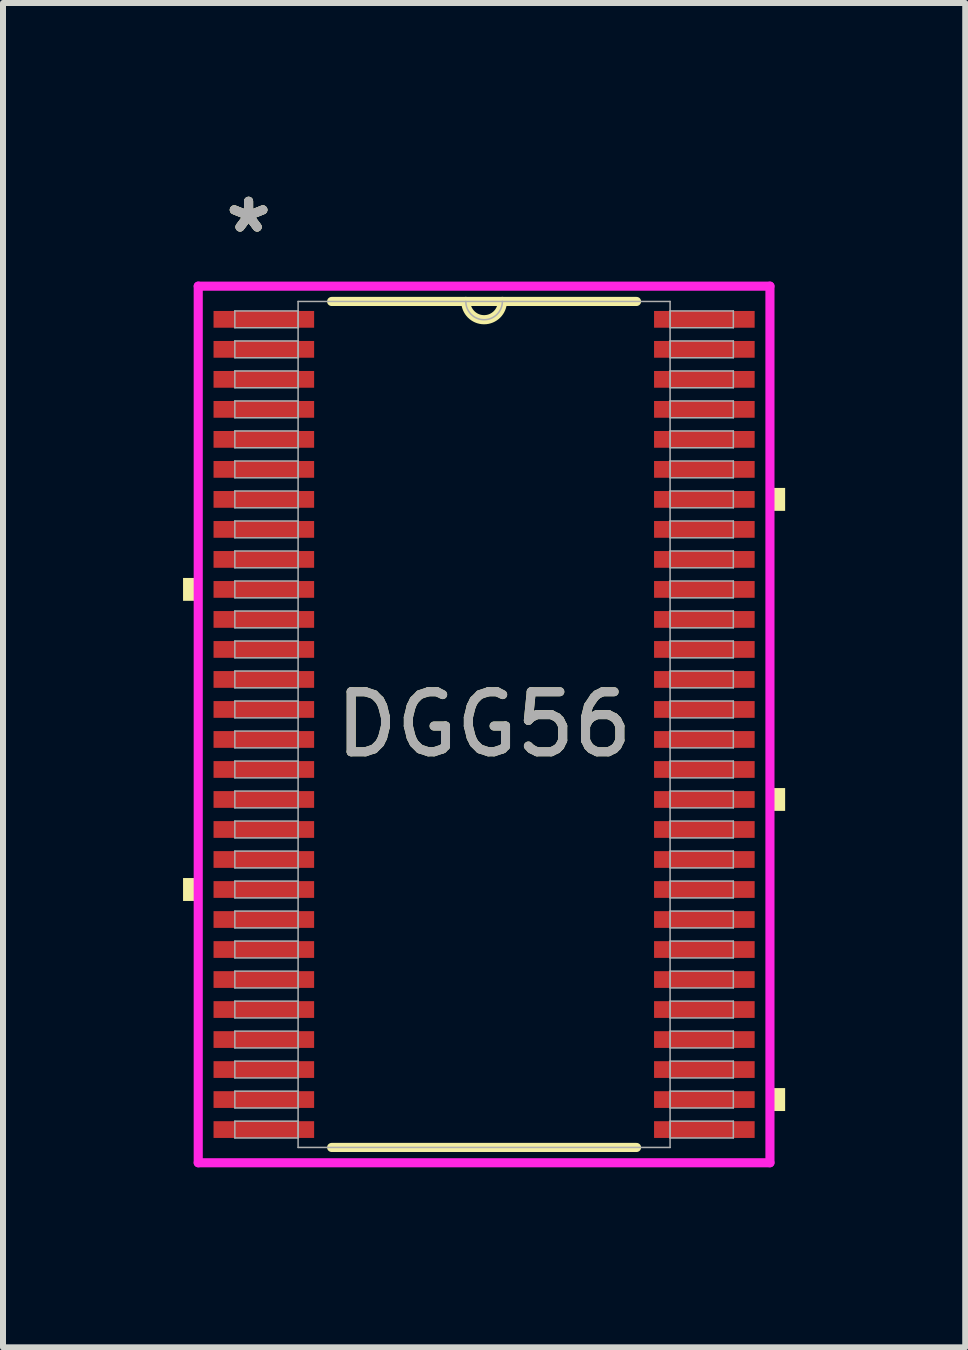
<source format=kicad_pcb>
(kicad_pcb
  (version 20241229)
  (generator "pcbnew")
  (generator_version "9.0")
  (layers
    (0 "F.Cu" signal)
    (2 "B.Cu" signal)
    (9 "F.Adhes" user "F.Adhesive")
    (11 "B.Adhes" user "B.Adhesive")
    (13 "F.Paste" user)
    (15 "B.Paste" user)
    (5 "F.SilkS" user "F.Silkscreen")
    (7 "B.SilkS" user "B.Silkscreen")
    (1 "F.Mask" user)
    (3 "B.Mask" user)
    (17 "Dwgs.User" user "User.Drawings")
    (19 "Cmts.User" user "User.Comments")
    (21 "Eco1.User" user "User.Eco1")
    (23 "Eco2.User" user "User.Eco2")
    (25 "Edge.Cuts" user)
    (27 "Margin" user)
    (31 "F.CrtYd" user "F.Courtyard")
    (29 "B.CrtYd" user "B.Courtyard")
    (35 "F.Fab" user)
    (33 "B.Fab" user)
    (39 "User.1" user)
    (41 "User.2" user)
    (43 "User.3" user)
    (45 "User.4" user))
  (footprint "DGG56"
    (layer "F.Cu")
    (at 5.016 9.021)
    (property "Reference" "DGG56" (at 0 0 0) (unlocked yes) (layer "F.SilkS") (effects (font (size 1 1) (thickness 0.15))))
    (attr smd)
    (fp_line (start -2.54 7.048) (end 2.54 7.048) (stroke (width 0.152) (type solid)) (layer "F.SilkS"))
    (fp_line (start 2.54 -7.048) (end -2.54 -7.048) (stroke (width 0.152) (type solid)) (layer "F.SilkS"))
    (fp_arc (start 0.3048 -7.0485) (mid 0 -6.7437) (end -0.3048 -7.0485) (stroke (width 0.1524) (type solid)) (layer "F.SilkS"))
    (fp_poly (pts (xy -5.016 -2.441) (xy -5.016 -2.06) (xy -4.763 -2.06) (xy -4.763 -2.441)) (stroke (width 0) (type solid)) (fill yes) (layer "F.SilkS"))
    (fp_poly (pts (xy -5.016 2.559) (xy -5.016 2.941) (xy -4.763 2.941) (xy -4.763 2.559)) (stroke (width 0) (type solid)) (fill yes) (layer "F.SilkS"))
    (fp_poly (pts (xy 5.016 -3.941) (xy 5.016 -3.559) (xy 4.763 -3.559) (xy 4.763 -3.941)) (stroke (width 0) (type solid)) (fill yes) (layer "F.SilkS"))
    (fp_poly (pts (xy 5.016 1.06) (xy 5.016 1.44) (xy 4.763 1.44) (xy 4.763 1.06)) (stroke (width 0) (type solid)) (fill yes) (layer "F.SilkS"))
    (fp_poly (pts (xy 5.016 6.059) (xy 5.016 6.441) (xy 4.763 6.441) (xy 4.763 6.059)) (stroke (width 0) (type solid)) (fill yes) (layer "F.SilkS"))
    (fp_line (start -4.763 -7.303) (end 4.763 -7.303) (stroke (width 0.152) (type solid)) (layer "F.CrtYd"))
    (fp_line (start -4.763 7.303) (end -4.763 -7.303) (stroke (width 0.152) (type solid)) (layer "F.CrtYd"))
    (fp_line (start 4.763 -7.303) (end 4.763 7.303) (stroke (width 0.152) (type solid)) (layer "F.CrtYd"))
    (fp_line (start 4.763 7.303) (end -4.763 7.303) (stroke (width 0.152) (type solid)) (layer "F.CrtYd"))
    (fp_line (start -4.153 -6.89) (end -4.153 -6.61) (stroke (width 0.025) (type solid)) (layer "F.Fab"))
    (fp_line (start -4.153 -6.61) (end -3.099 -6.61) (stroke (width 0.025) (type solid)) (layer "F.Fab"))
    (fp_line (start -4.153 -6.39) (end -4.153 -6.11) (stroke (width 0.025) (type solid)) (layer "F.Fab"))
    (fp_line (start -4.153 -6.11) (end -3.099 -6.11) (stroke (width 0.025) (type solid)) (layer "F.Fab"))
    (fp_line (start -4.153 -5.89) (end -4.153 -5.61) (stroke (width 0.025) (type solid)) (layer "F.Fab"))
    (fp_line (start -4.153 -5.61) (end -3.099 -5.61) (stroke (width 0.025) (type solid)) (layer "F.Fab"))
    (fp_line (start -4.153 -5.39) (end -4.153 -5.11) (stroke (width 0.025) (type solid)) (layer "F.Fab"))
    (fp_line (start -4.153 -5.11) (end -3.099 -5.11) (stroke (width 0.025) (type solid)) (layer "F.Fab"))
    (fp_line (start -4.153 -4.89) (end -4.153 -4.61) (stroke (width 0.025) (type solid)) (layer "F.Fab"))
    (fp_line (start -4.153 -4.61) (end -3.099 -4.61) (stroke (width 0.025) (type solid)) (layer "F.Fab"))
    (fp_line (start -4.153 -4.39) (end -4.153 -4.11) (stroke (width 0.025) (type solid)) (layer "F.Fab"))
    (fp_line (start -4.153 -4.11) (end -3.099 -4.11) (stroke (width 0.025) (type solid)) (layer "F.Fab"))
    (fp_line (start -4.153 -3.89) (end -4.153 -3.61) (stroke (width 0.025) (type solid)) (layer "F.Fab"))
    (fp_line (start -4.153 -3.61) (end -3.099 -3.61) (stroke (width 0.025) (type solid)) (layer "F.Fab"))
    (fp_line (start -4.153 -3.39) (end -4.153 -3.11) (stroke (width 0.025) (type solid)) (layer "F.Fab"))
    (fp_line (start -4.153 -3.11) (end -3.099 -3.11) (stroke (width 0.025) (type solid)) (layer "F.Fab"))
    (fp_line (start -4.153 -2.89) (end -4.153 -2.61) (stroke (width 0.025) (type solid)) (layer "F.Fab"))
    (fp_line (start -4.153 -2.61) (end -3.099 -2.61) (stroke (width 0.025) (type solid)) (layer "F.Fab"))
    (fp_line (start -4.153 -2.39) (end -4.153 -2.11) (stroke (width 0.025) (type solid)) (layer "F.Fab"))
    (fp_line (start -4.153 -2.11) (end -3.099 -2.11) (stroke (width 0.025) (type solid)) (layer "F.Fab"))
    (fp_line (start -4.153 -1.89) (end -4.153 -1.61) (stroke (width 0.025) (type solid)) (layer "F.Fab"))
    (fp_line (start -4.153 -1.61) (end -3.099 -1.61) (stroke (width 0.025) (type solid)) (layer "F.Fab"))
    (fp_line (start -4.153 -1.39) (end -4.153 -1.11) (stroke (width 0.025) (type solid)) (layer "F.Fab"))
    (fp_line (start -4.153 -1.11) (end -3.099 -1.11) (stroke (width 0.025) (type solid)) (layer "F.Fab"))
    (fp_line (start -4.153 -0.89) (end -4.153 -0.61) (stroke (width 0.025) (type solid)) (layer "F.Fab"))
    (fp_line (start -4.153 -0.61) (end -3.099 -0.61) (stroke (width 0.025) (type solid)) (layer "F.Fab"))
    (fp_line (start -4.153 -0.39) (end -4.153 -0.11) (stroke (width 0.025) (type solid)) (layer "F.Fab"))
    (fp_line (start -4.153 -0.11) (end -3.099 -0.11) (stroke (width 0.025) (type solid)) (layer "F.Fab"))
    (fp_line (start -4.153 0.11) (end -4.153 0.39) (stroke (width 0.025) (type solid)) (layer "F.Fab"))
    (fp_line (start -4.153 0.39) (end -3.099 0.39) (stroke (width 0.025) (type solid)) (layer "F.Fab"))
    (fp_line (start -4.153 0.61) (end -4.153 0.89) (stroke (width 0.025) (type solid)) (layer "F.Fab"))
    (fp_line (start -4.153 0.89) (end -3.099 0.89) (stroke (width 0.025) (type solid)) (layer "F.Fab"))
    (fp_line (start -4.153 1.11) (end -4.153 1.39) (stroke (width 0.025) (type solid)) (layer "F.Fab"))
    (fp_line (start -4.153 1.39) (end -3.099 1.39) (stroke (width 0.025) (type solid)) (layer "F.Fab"))
    (fp_line (start -4.153 1.61) (end -4.153 1.89) (stroke (width 0.025) (type solid)) (layer "F.Fab"))
    (fp_line (start -4.153 1.89) (end -3.099 1.89) (stroke (width 0.025) (type solid)) (layer "F.Fab"))
    (fp_line (start -4.153 2.11) (end -4.153 2.39) (stroke (width 0.025) (type solid)) (layer "F.Fab"))
    (fp_line (start -4.153 2.39) (end -3.099 2.39) (stroke (width 0.025) (type solid)) (layer "F.Fab"))
    (fp_line (start -4.153 2.61) (end -4.153 2.89) (stroke (width 0.025) (type solid)) (layer "F.Fab"))
    (fp_line (start -4.153 2.89) (end -3.099 2.89) (stroke (width 0.025) (type solid)) (layer "F.Fab"))
    (fp_line (start -4.153 3.11) (end -4.153 3.39) (stroke (width 0.025) (type solid)) (layer "F.Fab"))
    (fp_line (start -4.153 3.39) (end -3.099 3.39) (stroke (width 0.025) (type solid)) (layer "F.Fab"))
    (fp_line (start -4.153 3.61) (end -4.153 3.89) (stroke (width 0.025) (type solid)) (layer "F.Fab"))
    (fp_line (start -4.153 3.89) (end -3.099 3.89) (stroke (width 0.025) (type solid)) (layer "F.Fab"))
    (fp_line (start -4.153 4.11) (end -4.153 4.39) (stroke (width 0.025) (type solid)) (layer "F.Fab"))
    (fp_line (start -4.153 4.39) (end -3.099 4.39) (stroke (width 0.025) (type solid)) (layer "F.Fab"))
    (fp_line (start -4.153 4.61) (end -4.153 4.89) (stroke (width 0.025) (type solid)) (layer "F.Fab"))
    (fp_line (start -4.153 4.89) (end -3.099 4.89) (stroke (width 0.025) (type solid)) (layer "F.Fab"))
    (fp_line (start -4.153 5.11) (end -4.153 5.39) (stroke (width 0.025) (type solid)) (layer "F.Fab"))
    (fp_line (start -4.153 5.39) (end -3.099 5.39) (stroke (width 0.025) (type solid)) (layer "F.Fab"))
    (fp_line (start -4.153 5.61) (end -4.153 5.89) (stroke (width 0.025) (type solid)) (layer "F.Fab"))
    (fp_line (start -4.153 5.89) (end -3.099 5.89) (stroke (width 0.025) (type solid)) (layer "F.Fab"))
    (fp_line (start -4.153 6.11) (end -4.153 6.39) (stroke (width 0.025) (type solid)) (layer "F.Fab"))
    (fp_line (start -4.153 6.39) (end -3.099 6.39) (stroke (width 0.025) (type solid)) (layer "F.Fab"))
    (fp_line (start -4.153 6.61) (end -4.153 6.89) (stroke (width 0.025) (type solid)) (layer "F.Fab"))
    (fp_line (start -4.153 6.89) (end -3.099 6.89) (stroke (width 0.025) (type solid)) (layer "F.Fab"))
    (fp_line (start -3.099 -7.048) (end -3.099 7.048) (stroke (width 0.025) (type solid)) (layer "F.Fab"))
    (fp_line (start -3.099 -6.89) (end -4.153 -6.89) (stroke (width 0.025) (type solid)) (layer "F.Fab"))
    (fp_line (start -3.099 -6.61) (end -3.099 -6.89) (stroke (width 0.025) (type solid)) (layer "F.Fab"))
    (fp_line (start -3.099 -6.39) (end -4.153 -6.39) (stroke (width 0.025) (type solid)) (layer "F.Fab"))
    (fp_line (start -3.099 -6.11) (end -3.099 -6.39) (stroke (width 0.025) (type solid)) (layer "F.Fab"))
    (fp_line (start -3.099 -5.89) (end -4.153 -5.89) (stroke (width 0.025) (type solid)) (layer "F.Fab"))
    (fp_line (start -3.099 -5.61) (end -3.099 -5.89) (stroke (width 0.025) (type solid)) (layer "F.Fab"))
    (fp_line (start -3.099 -5.39) (end -4.153 -5.39) (stroke (width 0.025) (type solid)) (layer "F.Fab"))
    (fp_line (start -3.099 -5.11) (end -3.099 -5.39) (stroke (width 0.025) (type solid)) (layer "F.Fab"))
    (fp_line (start -3.099 -4.89) (end -4.153 -4.89) (stroke (width 0.025) (type solid)) (layer "F.Fab"))
    (fp_line (start -3.099 -4.61) (end -3.099 -4.89) (stroke (width 0.025) (type solid)) (layer "F.Fab"))
    (fp_line (start -3.099 -4.39) (end -4.153 -4.39) (stroke (width 0.025) (type solid)) (layer "F.Fab"))
    (fp_line (start -3.099 -4.11) (end -3.099 -4.39) (stroke (width 0.025) (type solid)) (layer "F.Fab"))
    (fp_line (start -3.099 -3.89) (end -4.153 -3.89) (stroke (width 0.025) (type solid)) (layer "F.Fab"))
    (fp_line (start -3.099 -3.61) (end -3.099 -3.89) (stroke (width 0.025) (type solid)) (layer "F.Fab"))
    (fp_line (start -3.099 -3.39) (end -4.153 -3.39) (stroke (width 0.025) (type solid)) (layer "F.Fab"))
    (fp_line (start -3.099 -3.11) (end -3.099 -3.39) (stroke (width 0.025) (type solid)) (layer "F.Fab"))
    (fp_line (start -3.099 -2.89) (end -4.153 -2.89) (stroke (width 0.025) (type solid)) (layer "F.Fab"))
    (fp_line (start -3.099 -2.61) (end -3.099 -2.89) (stroke (width 0.025) (type solid)) (layer "F.Fab"))
    (fp_line (start -3.099 -2.39) (end -4.153 -2.39) (stroke (width 0.025) (type solid)) (layer "F.Fab"))
    (fp_line (start -3.099 -2.11) (end -3.099 -2.39) (stroke (width 0.025) (type solid)) (layer "F.Fab"))
    (fp_line (start -3.099 -1.89) (end -4.153 -1.89) (stroke (width 0.025) (type solid)) (layer "F.Fab"))
    (fp_line (start -3.099 -1.61) (end -3.099 -1.89) (stroke (width 0.025) (type solid)) (layer "F.Fab"))
    (fp_line (start -3.099 -1.39) (end -4.153 -1.39) (stroke (width 0.025) (type solid)) (layer "F.Fab"))
    (fp_line (start -3.099 -1.11) (end -3.099 -1.39) (stroke (width 0.025) (type solid)) (layer "F.Fab"))
    (fp_line (start -3.099 -0.89) (end -4.153 -0.89) (stroke (width 0.025) (type solid)) (layer "F.Fab"))
    (fp_line (start -3.099 -0.61) (end -3.099 -0.89) (stroke (width 0.025) (type solid)) (layer "F.Fab"))
    (fp_line (start -3.099 -0.39) (end -4.153 -0.39) (stroke (width 0.025) (type solid)) (layer "F.Fab"))
    (fp_line (start -3.099 -0.11) (end -3.099 -0.39) (stroke (width 0.025) (type solid)) (layer "F.Fab"))
    (fp_line (start -3.099 0.11) (end -4.153 0.11) (stroke (width 0.025) (type solid)) (layer "F.Fab"))
    (fp_line (start -3.099 0.39) (end -3.099 0.11) (stroke (width 0.025) (type solid)) (layer "F.Fab"))
    (fp_line (start -3.099 0.61) (end -4.153 0.61) (stroke (width 0.025) (type solid)) (layer "F.Fab"))
    (fp_line (start -3.099 0.89) (end -3.099 0.61) (stroke (width 0.025) (type solid)) (layer "F.Fab"))
    (fp_line (start -3.099 1.11) (end -4.153 1.11) (stroke (width 0.025) (type solid)) (layer "F.Fab"))
    (fp_line (start -3.099 1.39) (end -3.099 1.11) (stroke (width 0.025) (type solid)) (layer "F.Fab"))
    (fp_line (start -3.099 1.61) (end -4.153 1.61) (stroke (width 0.025) (type solid)) (layer "F.Fab"))
    (fp_line (start -3.099 1.89) (end -3.099 1.61) (stroke (width 0.025) (type solid)) (layer "F.Fab"))
    (fp_line (start -3.099 2.11) (end -4.153 2.11) (stroke (width 0.025) (type solid)) (layer "F.Fab"))
    (fp_line (start -3.099 2.39) (end -3.099 2.11) (stroke (width 0.025) (type solid)) (layer "F.Fab"))
    (fp_line (start -3.099 2.61) (end -4.153 2.61) (stroke (width 0.025) (type solid)) (layer "F.Fab"))
    (fp_line (start -3.099 2.89) (end -3.099 2.61) (stroke (width 0.025) (type solid)) (layer "F.Fab"))
    (fp_line (start -3.099 3.11) (end -4.153 3.11) (stroke (width 0.025) (type solid)) (layer "F.Fab"))
    (fp_line (start -3.099 3.39) (end -3.099 3.11) (stroke (width 0.025) (type solid)) (layer "F.Fab"))
    (fp_line (start -3.099 3.61) (end -4.153 3.61) (stroke (width 0.025) (type solid)) (layer "F.Fab"))
    (fp_line (start -3.099 3.89) (end -3.099 3.61) (stroke (width 0.025) (type solid)) (layer "F.Fab"))
    (fp_line (start -3.099 4.11) (end -4.153 4.11) (stroke (width 0.025) (type solid)) (layer "F.Fab"))
    (fp_line (start -3.099 4.39) (end -3.099 4.11) (stroke (width 0.025) (type solid)) (layer "F.Fab"))
    (fp_line (start -3.099 4.61) (end -4.153 4.61) (stroke (width 0.025) (type solid)) (layer "F.Fab"))
    (fp_line (start -3.099 4.89) (end -3.099 4.61) (stroke (width 0.025) (type solid)) (layer "F.Fab"))
    (fp_line (start -3.099 5.11) (end -4.153 5.11) (stroke (width 0.025) (type solid)) (layer "F.Fab"))
    (fp_line (start -3.099 5.39) (end -3.099 5.11) (stroke (width 0.025) (type solid)) (layer "F.Fab"))
    (fp_line (start -3.099 5.61) (end -4.153 5.61) (stroke (width 0.025) (type solid)) (layer "F.Fab"))
    (fp_line (start -3.099 5.89) (end -3.099 5.61) (stroke (width 0.025) (type solid)) (layer "F.Fab"))
    (fp_line (start -3.099 6.11) (end -4.153 6.11) (stroke (width 0.025) (type solid)) (layer "F.Fab"))
    (fp_line (start -3.099 6.39) (end -3.099 6.11) (stroke (width 0.025) (type solid)) (layer "F.Fab"))
    (fp_line (start -3.099 6.61) (end -4.153 6.61) (stroke (width 0.025) (type solid)) (layer "F.Fab"))
    (fp_line (start -3.099 6.89) (end -3.099 6.61) (stroke (width 0.025) (type solid)) (layer "F.Fab"))
    (fp_line (start -3.099 7.048) (end 3.099 7.048) (stroke (width 0.025) (type solid)) (layer "F.Fab"))
    (fp_line (start 3.099 -7.048) (end -3.099 -7.048) (stroke (width 0.025) (type solid)) (layer "F.Fab"))
    (fp_line (start 3.099 -6.89) (end 3.099 -6.61) (stroke (width 0.025) (type solid)) (layer "F.Fab"))
    (fp_line (start 3.099 -6.61) (end 4.153 -6.61) (stroke (width 0.025) (type solid)) (layer "F.Fab"))
    (fp_line (start 3.099 -6.39) (end 3.099 -6.11) (stroke (width 0.025) (type solid)) (layer "F.Fab"))
    (fp_line (start 3.099 -6.11) (end 4.153 -6.11) (stroke (width 0.025) (type solid)) (layer "F.Fab"))
    (fp_line (start 3.099 -5.89) (end 3.099 -5.61) (stroke (width 0.025) (type solid)) (layer "F.Fab"))
    (fp_line (start 3.099 -5.61) (end 4.153 -5.61) (stroke (width 0.025) (type solid)) (layer "F.Fab"))
    (fp_line (start 3.099 -5.39) (end 3.099 -5.11) (stroke (width 0.025) (type solid)) (layer "F.Fab"))
    (fp_line (start 3.099 -5.11) (end 4.153 -5.11) (stroke (width 0.025) (type solid)) (layer "F.Fab"))
    (fp_line (start 3.099 -4.89) (end 3.099 -4.61) (stroke (width 0.025) (type solid)) (layer "F.Fab"))
    (fp_line (start 3.099 -4.61) (end 4.153 -4.61) (stroke (width 0.025) (type solid)) (layer "F.Fab"))
    (fp_line (start 3.099 -4.39) (end 3.099 -4.11) (stroke (width 0.025) (type solid)) (layer "F.Fab"))
    (fp_line (start 3.099 -4.11) (end 4.153 -4.11) (stroke (width 0.025) (type solid)) (layer "F.Fab"))
    (fp_line (start 3.099 -3.89) (end 3.099 -3.61) (stroke (width 0.025) (type solid)) (layer "F.Fab"))
    (fp_line (start 3.099 -3.61) (end 4.153 -3.61) (stroke (width 0.025) (type solid)) (layer "F.Fab"))
    (fp_line (start 3.099 -3.39) (end 3.099 -3.11) (stroke (width 0.025) (type solid)) (layer "F.Fab"))
    (fp_line (start 3.099 -3.11) (end 4.153 -3.11) (stroke (width 0.025) (type solid)) (layer "F.Fab"))
    (fp_line (start 3.099 -2.89) (end 3.099 -2.61) (stroke (width 0.025) (type solid)) (layer "F.Fab"))
    (fp_line (start 3.099 -2.61) (end 4.153 -2.61) (stroke (width 0.025) (type solid)) (layer "F.Fab"))
    (fp_line (start 3.099 -2.39) (end 3.099 -2.11) (stroke (width 0.025) (type solid)) (layer "F.Fab"))
    (fp_line (start 3.099 -2.11) (end 4.153 -2.11) (stroke (width 0.025) (type solid)) (layer "F.Fab"))
    (fp_line (start 3.099 -1.89) (end 3.099 -1.61) (stroke (width 0.025) (type solid)) (layer "F.Fab"))
    (fp_line (start 3.099 -1.61) (end 4.153 -1.61) (stroke (width 0.025) (type solid)) (layer "F.Fab"))
    (fp_line (start 3.099 -1.39) (end 3.099 -1.11) (stroke (width 0.025) (type solid)) (layer "F.Fab"))
    (fp_line (start 3.099 -1.11) (end 4.153 -1.11) (stroke (width 0.025) (type solid)) (layer "F.Fab"))
    (fp_line (start 3.099 -0.89) (end 3.099 -0.61) (stroke (width 0.025) (type solid)) (layer "F.Fab"))
    (fp_line (start 3.099 -0.61) (end 4.153 -0.61) (stroke (width 0.025) (type solid)) (layer "F.Fab"))
    (fp_line (start 3.099 -0.39) (end 3.099 -0.11) (stroke (width 0.025) (type solid)) (layer "F.Fab"))
    (fp_line (start 3.099 -0.11) (end 4.153 -0.11) (stroke (width 0.025) (type solid)) (layer "F.Fab"))
    (fp_line (start 3.099 0.11) (end 3.099 0.39) (stroke (width 0.025) (type solid)) (layer "F.Fab"))
    (fp_line (start 3.099 0.39) (end 4.153 0.39) (stroke (width 0.025) (type solid)) (layer "F.Fab"))
    (fp_line (start 3.099 0.61) (end 3.099 0.89) (stroke (width 0.025) (type solid)) (layer "F.Fab"))
    (fp_line (start 3.099 0.89) (end 4.153 0.89) (stroke (width 0.025) (type solid)) (layer "F.Fab"))
    (fp_line (start 3.099 1.11) (end 3.099 1.39) (stroke (width 0.025) (type solid)) (layer "F.Fab"))
    (fp_line (start 3.099 1.39) (end 4.153 1.39) (stroke (width 0.025) (type solid)) (layer "F.Fab"))
    (fp_line (start 3.099 1.61) (end 3.099 1.89) (stroke (width 0.025) (type solid)) (layer "F.Fab"))
    (fp_line (start 3.099 1.89) (end 4.153 1.89) (stroke (width 0.025) (type solid)) (layer "F.Fab"))
    (fp_line (start 3.099 2.11) (end 3.099 2.39) (stroke (width 0.025) (type solid)) (layer "F.Fab"))
    (fp_line (start 3.099 2.39) (end 4.153 2.39) (stroke (width 0.025) (type solid)) (layer "F.Fab"))
    (fp_line (start 3.099 2.61) (end 3.099 2.89) (stroke (width 0.025) (type solid)) (layer "F.Fab"))
    (fp_line (start 3.099 2.89) (end 4.153 2.89) (stroke (width 0.025) (type solid)) (layer "F.Fab"))
    (fp_line (start 3.099 3.11) (end 3.099 3.39) (stroke (width 0.025) (type solid)) (layer "F.Fab"))
    (fp_line (start 3.099 3.39) (end 4.153 3.39) (stroke (width 0.025) (type solid)) (layer "F.Fab"))
    (fp_line (start 3.099 3.61) (end 3.099 3.89) (stroke (width 0.025) (type solid)) (layer "F.Fab"))
    (fp_line (start 3.099 3.89) (end 4.153 3.89) (stroke (width 0.025) (type solid)) (layer "F.Fab"))
    (fp_line (start 3.099 4.11) (end 3.099 4.39) (stroke (width 0.025) (type solid)) (layer "F.Fab"))
    (fp_line (start 3.099 4.39) (end 4.153 4.39) (stroke (width 0.025) (type solid)) (layer "F.Fab"))
    (fp_line (start 3.099 4.61) (end 3.099 4.89) (stroke (width 0.025) (type solid)) (layer "F.Fab"))
    (fp_line (start 3.099 4.89) (end 4.153 4.89) (stroke (width 0.025) (type solid)) (layer "F.Fab"))
    (fp_line (start 3.099 5.11) (end 3.099 5.39) (stroke (width 0.025) (type solid)) (layer "F.Fab"))
    (fp_line (start 3.099 5.39) (end 4.153 5.39) (stroke (width 0.025) (type solid)) (layer "F.Fab"))
    (fp_line (start 3.099 5.61) (end 3.099 5.89) (stroke (width 0.025) (type solid)) (layer "F.Fab"))
    (fp_line (start 3.099 5.89) (end 4.153 5.89) (stroke (width 0.025) (type solid)) (layer "F.Fab"))
    (fp_line (start 3.099 6.11) (end 3.099 6.39) (stroke (width 0.025) (type solid)) (layer "F.Fab"))
    (fp_line (start 3.099 6.39) (end 4.153 6.39) (stroke (width 0.025) (type solid)) (layer "F.Fab"))
    (fp_line (start 3.099 6.61) (end 3.099 6.89) (stroke (width 0.025) (type solid)) (layer "F.Fab"))
    (fp_line (start 3.099 6.89) (end 4.153 6.89) (stroke (width 0.025) (type solid)) (layer "F.Fab"))
    (fp_line (start 3.099 7.048) (end 3.099 -7.048) (stroke (width 0.025) (type solid)) (layer "F.Fab"))
    (fp_line (start 4.153 -6.89) (end 3.099 -6.89) (stroke (width 0.025) (type solid)) (layer "F.Fab"))
    (fp_line (start 4.153 -6.61) (end 4.153 -6.89) (stroke (width 0.025) (type solid)) (layer "F.Fab"))
    (fp_line (start 4.153 -6.39) (end 3.099 -6.39) (stroke (width 0.025) (type solid)) (layer "F.Fab"))
    (fp_line (start 4.153 -6.11) (end 4.153 -6.39) (stroke (width 0.025) (type solid)) (layer "F.Fab"))
    (fp_line (start 4.153 -5.89) (end 3.099 -5.89) (stroke (width 0.025) (type solid)) (layer "F.Fab"))
    (fp_line (start 4.153 -5.61) (end 4.153 -5.89) (stroke (width 0.025) (type solid)) (layer "F.Fab"))
    (fp_line (start 4.153 -5.39) (end 3.099 -5.39) (stroke (width 0.025) (type solid)) (layer "F.Fab"))
    (fp_line (start 4.153 -5.11) (end 4.153 -5.39) (stroke (width 0.025) (type solid)) (layer "F.Fab"))
    (fp_line (start 4.153 -4.89) (end 3.099 -4.89) (stroke (width 0.025) (type solid)) (layer "F.Fab"))
    (fp_line (start 4.153 -4.61) (end 4.153 -4.89) (stroke (width 0.025) (type solid)) (layer "F.Fab"))
    (fp_line (start 4.153 -4.39) (end 3.099 -4.39) (stroke (width 0.025) (type solid)) (layer "F.Fab"))
    (fp_line (start 4.153 -4.11) (end 4.153 -4.39) (stroke (width 0.025) (type solid)) (layer "F.Fab"))
    (fp_line (start 4.153 -3.89) (end 3.099 -3.89) (stroke (width 0.025) (type solid)) (layer "F.Fab"))
    (fp_line (start 4.153 -3.61) (end 4.153 -3.89) (stroke (width 0.025) (type solid)) (layer "F.Fab"))
    (fp_line (start 4.153 -3.39) (end 3.099 -3.39) (stroke (width 0.025) (type solid)) (layer "F.Fab"))
    (fp_line (start 4.153 -3.11) (end 4.153 -3.39) (stroke (width 0.025) (type solid)) (layer "F.Fab"))
    (fp_line (start 4.153 -2.89) (end 3.099 -2.89) (stroke (width 0.025) (type solid)) (layer "F.Fab"))
    (fp_line (start 4.153 -2.61) (end 4.153 -2.89) (stroke (width 0.025) (type solid)) (layer "F.Fab"))
    (fp_line (start 4.153 -2.39) (end 3.099 -2.39) (stroke (width 0.025) (type solid)) (layer "F.Fab"))
    (fp_line (start 4.153 -2.11) (end 4.153 -2.39) (stroke (width 0.025) (type solid)) (layer "F.Fab"))
    (fp_line (start 4.153 -1.89) (end 3.099 -1.89) (stroke (width 0.025) (type solid)) (layer "F.Fab"))
    (fp_line (start 4.153 -1.61) (end 4.153 -1.89) (stroke (width 0.025) (type solid)) (layer "F.Fab"))
    (fp_line (start 4.153 -1.39) (end 3.099 -1.39) (stroke (width 0.025) (type solid)) (layer "F.Fab"))
    (fp_line (start 4.153 -1.11) (end 4.153 -1.39) (stroke (width 0.025) (type solid)) (layer "F.Fab"))
    (fp_line (start 4.153 -0.89) (end 3.099 -0.89) (stroke (width 0.025) (type solid)) (layer "F.Fab"))
    (fp_line (start 4.153 -0.61) (end 4.153 -0.89) (stroke (width 0.025) (type solid)) (layer "F.Fab"))
    (fp_line (start 4.153 -0.39) (end 3.099 -0.39) (stroke (width 0.025) (type solid)) (layer "F.Fab"))
    (fp_line (start 4.153 -0.11) (end 4.153 -0.39) (stroke (width 0.025) (type solid)) (layer "F.Fab"))
    (fp_line (start 4.153 0.11) (end 3.099 0.11) (stroke (width 0.025) (type solid)) (layer "F.Fab"))
    (fp_line (start 4.153 0.39) (end 4.153 0.11) (stroke (width 0.025) (type solid)) (layer "F.Fab"))
    (fp_line (start 4.153 0.61) (end 3.099 0.61) (stroke (width 0.025) (type solid)) (layer "F.Fab"))
    (fp_line (start 4.153 0.89) (end 4.153 0.61) (stroke (width 0.025) (type solid)) (layer "F.Fab"))
    (fp_line (start 4.153 1.11) (end 3.099 1.11) (stroke (width 0.025) (type solid)) (layer "F.Fab"))
    (fp_line (start 4.153 1.39) (end 4.153 1.11) (stroke (width 0.025) (type solid)) (layer "F.Fab"))
    (fp_line (start 4.153 1.61) (end 3.099 1.61) (stroke (width 0.025) (type solid)) (layer "F.Fab"))
    (fp_line (start 4.153 1.89) (end 4.153 1.61) (stroke (width 0.025) (type solid)) (layer "F.Fab"))
    (fp_line (start 4.153 2.11) (end 3.099 2.11) (stroke (width 0.025) (type solid)) (layer "F.Fab"))
    (fp_line (start 4.153 2.39) (end 4.153 2.11) (stroke (width 0.025) (type solid)) (layer "F.Fab"))
    (fp_line (start 4.153 2.61) (end 3.099 2.61) (stroke (width 0.025) (type solid)) (layer "F.Fab"))
    (fp_line (start 4.153 2.89) (end 4.153 2.61) (stroke (width 0.025) (type solid)) (layer "F.Fab"))
    (fp_line (start 4.153 3.11) (end 3.099 3.11) (stroke (width 0.025) (type solid)) (layer "F.Fab"))
    (fp_line (start 4.153 3.39) (end 4.153 3.11) (stroke (width 0.025) (type solid)) (layer "F.Fab"))
    (fp_line (start 4.153 3.61) (end 3.099 3.61) (stroke (width 0.025) (type solid)) (layer "F.Fab"))
    (fp_line (start 4.153 3.89) (end 4.153 3.61) (stroke (width 0.025) (type solid)) (layer "F.Fab"))
    (fp_line (start 4.153 4.11) (end 3.099 4.11) (stroke (width 0.025) (type solid)) (layer "F.Fab"))
    (fp_line (start 4.153 4.39) (end 4.153 4.11) (stroke (width 0.025) (type solid)) (layer "F.Fab"))
    (fp_line (start 4.153 4.61) (end 3.099 4.61) (stroke (width 0.025) (type solid)) (layer "F.Fab"))
    (fp_line (start 4.153 4.89) (end 4.153 4.61) (stroke (width 0.025) (type solid)) (layer "F.Fab"))
    (fp_line (start 4.153 5.11) (end 3.099 5.11) (stroke (width 0.025) (type solid)) (layer "F.Fab"))
    (fp_line (start 4.153 5.39) (end 4.153 5.11) (stroke (width 0.025) (type solid)) (layer "F.Fab"))
    (fp_line (start 4.153 5.61) (end 3.099 5.61) (stroke (width 0.025) (type solid)) (layer "F.Fab"))
    (fp_line (start 4.153 5.89) (end 4.153 5.61) (stroke (width 0.025) (type solid)) (layer "F.Fab"))
    (fp_line (start 4.153 6.11) (end 3.099 6.11) (stroke (width 0.025) (type solid)) (layer "F.Fab"))
    (fp_line (start 4.153 6.39) (end 4.153 6.11) (stroke (width 0.025) (type solid)) (layer "F.Fab"))
    (fp_line (start 4.153 6.61) (end 3.099 6.61) (stroke (width 0.025) (type solid)) (layer "F.Fab"))
    (fp_line (start 4.153 6.89) (end 4.153 6.61) (stroke (width 0.025) (type solid)) (layer "F.Fab"))
    (fp_arc (start 0.3048 -7.0485) (mid 0 -6.7437) (end -0.3048 -7.0485) (stroke (width 0.0254) (type solid)) (layer "F.Fab"))
    (fp_text user "*" (at -3.924 -8.172 0) (unlocked yes) (layer "F.SilkS") (effects (font (size 1 1) (thickness 0.15))))
    (fp_text user "*" (at -3.924 -8.172 0) (layer "F.SilkS") (effects (font (size 1 1) (thickness 0.15))))
    (fp_text user "${REFERENCE}" (at 0 0 0) (unlocked yes) (layer "F.Fab") (effects (font (size 1 1) (thickness 0.15))))
    (fp_text user "*" (at -3.924 -8.172 0) (layer "F.Fab") (effects (font (size 1 1) (thickness 0.15))))
    (fp_text user "*" (at -3.924 -8.172 0) (unlocked yes) (layer "F.Fab") (effects (font (size 1 1) (thickness 0.15))))
    (pad "1" smd rect (at -3.67 -6.75) (size 1.676 0.279) (layers "F.Cu" "F.Mask" "F.Paste"))
    (pad "2" smd rect (at -3.67 -6.25) (size 1.676 0.279) (layers "F.Cu" "F.Mask" "F.Paste"))
    (pad "3" smd rect (at -3.67 -5.75) (size 1.676 0.279) (layers "F.Cu" "F.Mask" "F.Paste"))
    (pad "4" smd rect (at -3.67 -5.25) (size 1.676 0.279) (layers "F.Cu" "F.Mask" "F.Paste"))
    (pad "5" smd rect (at -3.67 -4.75) (size 1.676 0.279) (layers "F.Cu" "F.Mask" "F.Paste"))
    (pad "6" smd rect (at -3.67 -4.25) (size 1.676 0.279) (layers "F.Cu" "F.Mask" "F.Paste"))
    (pad "7" smd rect (at -3.67 -3.75) (size 1.676 0.279) (layers "F.Cu" "F.Mask" "F.Paste"))
    (pad "8" smd rect (at -3.67 -3.25) (size 1.676 0.279) (layers "F.Cu" "F.Mask" "F.Paste"))
    (pad "9" smd rect (at -3.67 -2.75) (size 1.676 0.279) (layers "F.Cu" "F.Mask" "F.Paste"))
    (pad "10" smd rect (at -3.67 -2.25) (size 1.676 0.279) (layers "F.Cu" "F.Mask" "F.Paste"))
    (pad "11" smd rect (at -3.67 -1.75) (size 1.676 0.279) (layers "F.Cu" "F.Mask" "F.Paste"))
    (pad "12" smd rect (at -3.67 -1.25) (size 1.676 0.279) (layers "F.Cu" "F.Mask" "F.Paste"))
    (pad "13" smd rect (at -3.67 -0.75) (size 1.676 0.279) (layers "F.Cu" "F.Mask" "F.Paste"))
    (pad "14" smd rect (at -3.67 -0.25) (size 1.676 0.279) (layers "F.Cu" "F.Mask" "F.Paste"))
    (pad "15" smd rect (at -3.67 0.25) (size 1.676 0.279) (layers "F.Cu" "F.Mask" "F.Paste"))
    (pad "16" smd rect (at -3.67 0.75) (size 1.676 0.279) (layers "F.Cu" "F.Mask" "F.Paste"))
    (pad "17" smd rect (at -3.67 1.25) (size 1.676 0.279) (layers "F.Cu" "F.Mask" "F.Paste"))
    (pad "18" smd rect (at -3.67 1.75) (size 1.676 0.279) (layers "F.Cu" "F.Mask" "F.Paste"))
    (pad "19" smd rect (at -3.67 2.25) (size 1.676 0.279) (layers "F.Cu" "F.Mask" "F.Paste"))
    (pad "20" smd rect (at -3.67 2.75) (size 1.676 0.279) (layers "F.Cu" "F.Mask" "F.Paste"))
    (pad "21" smd rect (at -3.67 3.25) (size 1.676 0.279) (layers "F.Cu" "F.Mask" "F.Paste"))
    (pad "22" smd rect (at -3.67 3.75) (size 1.676 0.279) (layers "F.Cu" "F.Mask" "F.Paste"))
    (pad "23" smd rect (at -3.67 4.25) (size 1.676 0.279) (layers "F.Cu" "F.Mask" "F.Paste"))
    (pad "24" smd rect (at -3.67 4.75) (size 1.676 0.279) (layers "F.Cu" "F.Mask" "F.Paste"))
    (pad "25" smd rect (at -3.67 5.25) (size 1.676 0.279) (layers "F.Cu" "F.Mask" "F.Paste"))
    (pad "26" smd rect (at -3.67 5.75) (size 1.676 0.279) (layers "F.Cu" "F.Mask" "F.Paste"))
    (pad "27" smd rect (at -3.67 6.25) (size 1.676 0.279) (layers "F.Cu" "F.Mask" "F.Paste"))
    (pad "28" smd rect (at -3.67 6.75) (size 1.676 0.279) (layers "F.Cu" "F.Mask" "F.Paste"))
    (pad "29" smd rect (at 3.67 6.75) (size 1.676 0.279) (layers "F.Cu" "F.Mask" "F.Paste"))
    (pad "30" smd rect (at 3.67 6.25) (size 1.676 0.279) (layers "F.Cu" "F.Mask" "F.Paste"))
    (pad "31" smd rect (at 3.67 5.75) (size 1.676 0.279) (layers "F.Cu" "F.Mask" "F.Paste"))
    (pad "32" smd rect (at 3.67 5.25) (size 1.676 0.279) (layers "F.Cu" "F.Mask" "F.Paste"))
    (pad "33" smd rect (at 3.67 4.75) (size 1.676 0.279) (layers "F.Cu" "F.Mask" "F.Paste"))
    (pad "34" smd rect (at 3.67 4.25) (size 1.676 0.279) (layers "F.Cu" "F.Mask" "F.Paste"))
    (pad "35" smd rect (at 3.67 3.75) (size 1.676 0.279) (layers "F.Cu" "F.Mask" "F.Paste"))
    (pad "36" smd rect (at 3.67 3.25) (size 1.676 0.279) (layers "F.Cu" "F.Mask" "F.Paste"))
    (pad "37" smd rect (at 3.67 2.75) (size 1.676 0.279) (layers "F.Cu" "F.Mask" "F.Paste"))
    (pad "38" smd rect (at 3.67 2.25) (size 1.676 0.279) (layers "F.Cu" "F.Mask" "F.Paste"))
    (pad "39" smd rect (at 3.67 1.75) (size 1.676 0.279) (layers "F.Cu" "F.Mask" "F.Paste"))
    (pad "40" smd rect (at 3.67 1.25) (size 1.676 0.279) (layers "F.Cu" "F.Mask" "F.Paste"))
    (pad "41" smd rect (at 3.67 0.75) (size 1.676 0.279) (layers "F.Cu" "F.Mask" "F.Paste"))
    (pad "42" smd rect (at 3.67 0.25) (size 1.676 0.279) (layers "F.Cu" "F.Mask" "F.Paste"))
    (pad "43" smd rect (at 3.67 -0.25) (size 1.676 0.279) (layers "F.Cu" "F.Mask" "F.Paste"))
    (pad "44" smd rect (at 3.67 -0.75) (size 1.676 0.279) (layers "F.Cu" "F.Mask" "F.Paste"))
    (pad "45" smd rect (at 3.67 -1.25) (size 1.676 0.279) (layers "F.Cu" "F.Mask" "F.Paste"))
    (pad "46" smd rect (at 3.67 -1.75) (size 1.676 0.279) (layers "F.Cu" "F.Mask" "F.Paste"))
    (pad "47" smd rect (at 3.67 -2.25) (size 1.676 0.279) (layers "F.Cu" "F.Mask" "F.Paste"))
    (pad "48" smd rect (at 3.67 -2.75) (size 1.676 0.279) (layers "F.Cu" "F.Mask" "F.Paste"))
    (pad "49" smd rect (at 3.67 -3.25) (size 1.676 0.279) (layers "F.Cu" "F.Mask" "F.Paste"))
    (pad "50" smd rect (at 3.67 -3.75) (size 1.676 0.279) (layers "F.Cu" "F.Mask" "F.Paste"))
    (pad "51" smd rect (at 3.67 -4.25) (size 1.676 0.279) (layers "F.Cu" "F.Mask" "F.Paste"))
    (pad "52" smd rect (at 3.67 -4.75) (size 1.676 0.279) (layers "F.Cu" "F.Mask" "F.Paste"))
    (pad "53" smd rect (at 3.67 -5.25) (size 1.676 0.279) (layers "F.Cu" "F.Mask" "F.Paste"))
    (pad "54" smd rect (at 3.67 -5.75) (size 1.676 0.279) (layers "F.Cu" "F.Mask" "F.Paste"))
    (pad "55" smd rect (at 3.67 -6.25) (size 1.676 0.279) (layers "F.Cu" "F.Mask" "F.Paste"))
    (pad "56" smd rect (at 3.67 -6.75) (size 1.676 0.279) (layers "F.Cu" "F.Mask" "F.Paste")))
  (gr_rect
    (start -3 -3)
    (end 13.033 19.399)
    (stroke (width 0.1) (type default))
    (fill no)
    (layer "Edge.Cuts")))
</source>
